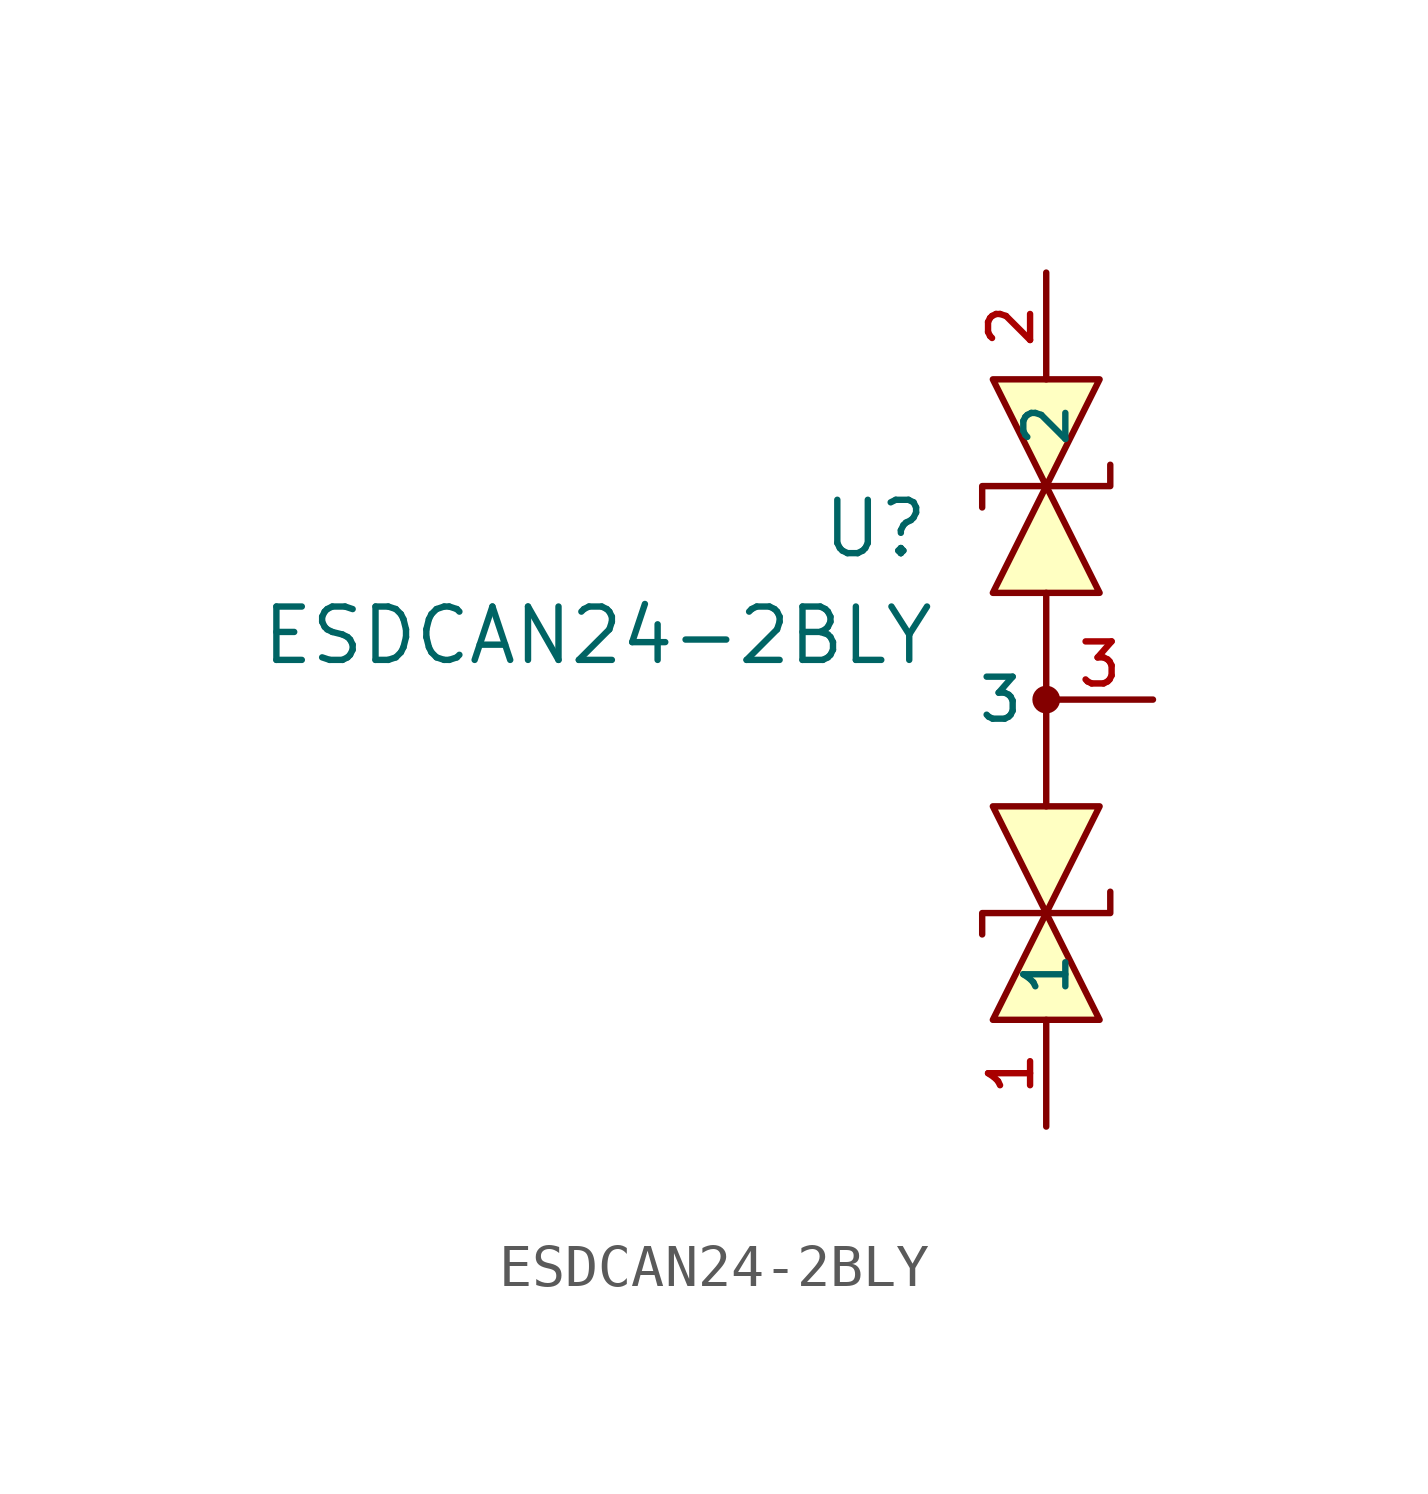
<source format=kicad_sym>
(kicad_symbol_lib
  (version 20241209)
  (generator "kicad_symbol_editor")
  (generator_version "9.0")
  (symbol "ESDCAN24-2BLY"
    (property "Reference" "U"
      (at -4.064 4.064 0)
      (effects (font (size 1.27 1.27))))
    (property "Value" "ESDCAN24-2BLY"
      (at -10.668 1.524 0)
      (effects (font (size 1.27 1.27))))
    (symbol "ESDCAN24-2BLY_0_1"
      (polyline (pts (xy -1.524 -5.588) (xy -1.524 -5.588) (xy -1.524 -5.08) (xy 1.524 -5.08) (xy 1.524 -4.572) (xy 1.524 -4.572)) (stroke (width 0) (type default)) (fill (type none)))
      (polyline (pts (xy -1.27 -2.54) (xy 0 -5.08) (xy 1.27 -2.54) (xy -1.27 -2.54)) (stroke (width 0) (type default)) (fill (type background)))
      (polyline (pts (xy -1.27 -7.62) (xy 0 -5.08) (xy 1.27 -7.62) (xy -1.27 -7.62)) (stroke (width 0) (type default)) (fill (type background)))
      (circle (center 0 0) (radius 0.0001) (stroke (width 0) (type default)) (fill (type none)))
      (polyline (pts (xy 0 -2.54) (xy 0 2.54)) (stroke (width 0) (type default)) (fill (type none)))
      (polyline (pts (xy 1.27 7.62) (xy 0 5.08) (xy -1.27 7.62) (xy 1.27 7.62)) (stroke (width 0) (type default)) (fill (type background)))
      (polyline (pts (xy 1.27 2.54) (xy 0 5.08) (xy -1.27 2.54) (xy 1.27 2.54)) (stroke (width 0) (type default)) (fill (type background)))
      (polyline (pts (xy 1.524 5.588) (xy 1.524 5.588) (xy 1.524 5.08) (xy -1.524 5.08) (xy -1.524 4.572) (xy -1.524 4.572)) (stroke (width 0) (type default)) (fill (type none)))
      (pin unspecified line (at 0 10.16 270) (length 2.54) (name "2" (effects (font (size 1 1)))) (number "2" (effects (font (size 1 1)))))
      (pin unspecified line (at 0 -10.16 90) (length 2.54) (name "1" (effects (font (size 1 1)))) (number "1" (effects (font (size 1 1)))))
      (pin unspecified line (at 2.54 0 180) (length 2.54) (name "3" (effects (font (size 1 1)))) (number "3" (effects (font (size 1 1))))))
    (symbol "ESDCAN24-2BLY_1_1"
      (circle (center 0 0) (radius 0.254) (stroke (width 0) (type solid)) (fill (type outline))))))
</source>
